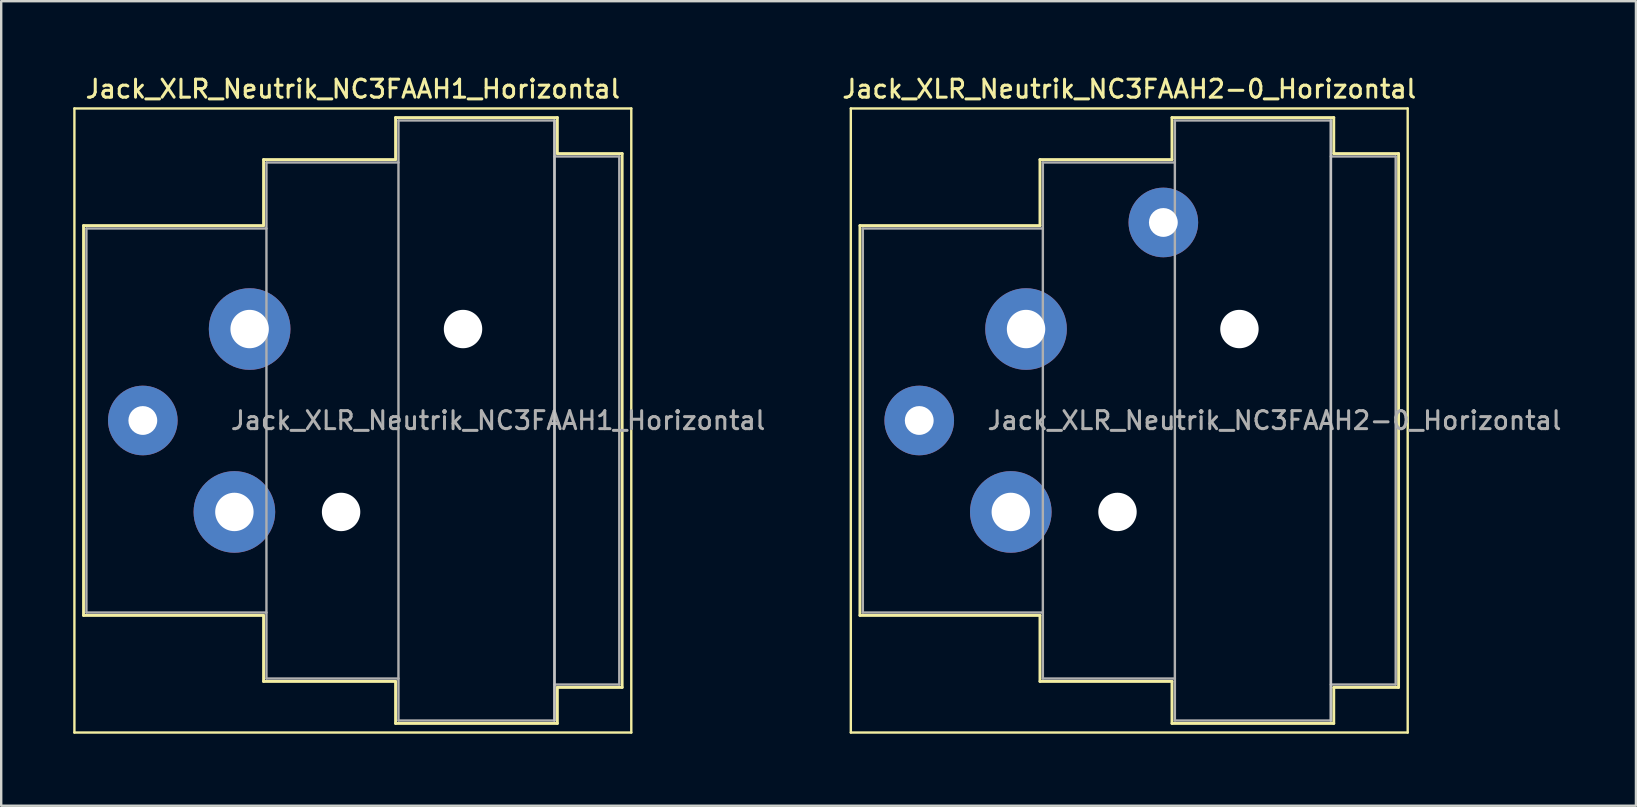
<source format=kicad_pcb>
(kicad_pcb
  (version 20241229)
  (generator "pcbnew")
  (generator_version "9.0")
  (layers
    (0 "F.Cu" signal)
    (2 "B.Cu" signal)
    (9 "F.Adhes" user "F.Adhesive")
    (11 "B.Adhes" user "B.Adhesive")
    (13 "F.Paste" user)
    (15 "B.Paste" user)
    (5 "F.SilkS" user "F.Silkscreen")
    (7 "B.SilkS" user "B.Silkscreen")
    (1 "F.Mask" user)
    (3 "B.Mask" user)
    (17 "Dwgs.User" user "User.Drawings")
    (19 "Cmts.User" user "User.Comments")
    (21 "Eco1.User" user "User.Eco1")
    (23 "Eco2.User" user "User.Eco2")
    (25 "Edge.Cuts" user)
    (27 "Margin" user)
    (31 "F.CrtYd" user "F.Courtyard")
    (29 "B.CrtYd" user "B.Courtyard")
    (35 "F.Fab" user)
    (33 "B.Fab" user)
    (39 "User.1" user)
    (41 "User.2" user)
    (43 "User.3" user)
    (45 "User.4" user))
  (footprint "Jack_XLR_Neutrik_NC3FAAH1_Horizontal"
    (layer "F.Cu")
    (at 7.35 10.658)
    (property "Reference" "Jack_XLR_Neutrik_NC3FAAH1_Horizontal" (at 4.3 -10 0) (layer "F.SilkS") (effects (font (size 0.75 0.75) (thickness 0.125))))
    (attr through_hole)
    (fp_line (start -7.3 -9.19) (end -7.3 16.81) (stroke (width 0.1) (type solid)) (layer "F.SilkS"))
    (fp_line (start -6.92 -4.31) (end -6.92 11.93) (stroke (width 0.12) (type solid)) (layer "F.SilkS"))
    (fp_line (start 0.58 -7.06) (end 0.58 -4.31) (stroke (width 0.12) (type solid)) (layer "F.SilkS"))
    (fp_line (start 0.58 -4.31) (end -6.92 -4.31) (stroke (width 0.12) (type solid)) (layer "F.SilkS"))
    (fp_line (start 0.58 11.93) (end -6.92 11.93) (stroke (width 0.12) (type solid)) (layer "F.SilkS"))
    (fp_line (start 0.58 11.93) (end 0.58 14.68) (stroke (width 0.12) (type solid)) (layer "F.SilkS"))
    (fp_line (start 6.08 -7.06) (end 0.58 -7.06) (stroke (width 0.12) (type solid)) (layer "F.SilkS"))
    (fp_line (start 6.08 -7.06) (end 6.08 -8.81) (stroke (width 0.12) (type solid)) (layer "F.SilkS"))
    (fp_line (start 6.08 14.68) (end 0.58 14.68) (stroke (width 0.12) (type solid)) (layer "F.SilkS"))
    (fp_line (start 6.08 16.43) (end 6.08 14.68) (stroke (width 0.12) (type solid)) (layer "F.SilkS"))
    (fp_line (start 12.82 -8.81) (end 6.08 -8.81) (stroke (width 0.12) (type solid)) (layer "F.SilkS"))
    (fp_line (start 12.82 -8.81) (end 12.82 -7.31) (stroke (width 0.12) (type solid)) (layer "F.SilkS"))
    (fp_line (start 12.82 -7.31) (end 15.52 -7.31) (stroke (width 0.12) (type solid)) (layer "F.SilkS"))
    (fp_line (start 12.82 14.93) (end 12.82 16.43) (stroke (width 0.12) (type solid)) (layer "F.SilkS"))
    (fp_line (start 12.82 14.93) (end 15.52 14.93) (stroke (width 0.12) (type solid)) (layer "F.SilkS"))
    (fp_line (start 12.82 16.43) (end 6.08 16.43) (stroke (width 0.12) (type solid)) (layer "F.SilkS"))
    (fp_line (start 15.52 -7.31) (end 15.52 14.93) (stroke (width 0.12) (type solid)) (layer "F.SilkS"))
    (fp_line (start 15.9 -9.19) (end -7.3 -9.19) (stroke (width 0.1) (type solid)) (layer "F.SilkS"))
    (fp_line (start 15.9 -9.19) (end 15.9 16.81) (stroke (width 0.1) (type solid)) (layer "F.SilkS"))
    (fp_line (start 15.9 16.81) (end -7.3 16.81) (stroke (width 0.1) (type solid)) (layer "F.SilkS"))
    (fp_line (start 12.7 -8.69) (end 12.7 16.31) (stroke (width 0.1) (type solid)) (layer "Dwgs.User"))
    (fp_line (start -6.8 -4.19) (end -6.8 11.81) (stroke (width 0.1) (type solid)) (layer "F.Fab"))
    (fp_line (start -6.8 11.81) (end 0.7 11.81) (stroke (width 0.1) (type solid)) (layer "F.Fab"))
    (fp_line (start 0.7 -6.94) (end 0.7 14.56) (stroke (width 0.1) (type solid)) (layer "F.Fab"))
    (fp_line (start 0.7 -4.19) (end -6.8 -4.19) (stroke (width 0.1) (type solid)) (layer "F.Fab"))
    (fp_line (start 0.7 14.56) (end 6.2 14.56) (stroke (width 0.1) (type solid)) (layer "F.Fab"))
    (fp_line (start 6.2 -8.69) (end 12.7 -8.69) (stroke (width 0.1) (type solid)) (layer "F.Fab"))
    (fp_line (start 6.2 -6.94) (end 0.7 -6.94) (stroke (width 0.1) (type solid)) (layer "F.Fab"))
    (fp_line (start 6.2 16.31) (end 6.2 -8.69) (stroke (width 0.1) (type solid)) (layer "F.Fab"))
    (fp_line (start 12.7 -8.69) (end 12.7 16.31) (stroke (width 0.1) (type solid)) (layer "F.Fab"))
    (fp_line (start 12.7 -7.19) (end 15.4 -7.19) (stroke (width 0.1) (type solid)) (layer "F.Fab"))
    (fp_line (start 12.7 16.31) (end 6.2 16.31) (stroke (width 0.1) (type solid)) (layer "F.Fab"))
    (fp_line (start 15.4 -7.19) (end 15.4 14.81) (stroke (width 0.1) (type solid)) (layer "F.Fab"))
    (fp_line (start 15.4 14.81) (end 12.7 14.81) (stroke (width 0.1) (type solid)) (layer "F.Fab"))
    (fp_text user "${REFERENCE}" (at 10.35 3.81 0) (layer "F.Fab") (effects (font (size 0.75 0.75) (thickness 0.125))))
    (pad "" np_thru_hole circle (at 3.81 7.62) (size 1.6 1.6) (drill 1.6) (layers "*.Cu" "*.Mask"))
    (pad "" np_thru_hole circle (at 8.89 0) (size 1.6 1.6) (drill 1.6) (layers "*.Cu" "*.Mask"))
    (pad "1" thru_hole circle (at 0 0) (size 3.4 3.4) (drill 1.6) (layers "*.Cu" "*.Mask"))
    (pad "2" thru_hole circle (at -0.635 7.62) (size 3.4 3.4) (drill 1.6) (layers "*.Cu" "*.Mask"))
    (pad "3" thru_hole circle (at -4.45 3.81) (size 2.9 2.9) (drill 1.2) (layers "*.Cu" "*.Mask")))
  (footprint "Jack_XLR_Neutrik_NC3FAAH2-0_Horizontal"
    (layer "F.Cu")
    (at 39.696 10.658)
    (property "Reference" "Jack_XLR_Neutrik_NC3FAAH2-0_Horizontal" (at 4.3 -10 0) (layer "F.SilkS") (effects (font (size 0.75 0.75) (thickness 0.125))))
    (attr through_hole)
    (fp_line (start -7.3 -9.19) (end -7.3 16.81) (stroke (width 0.1) (type solid)) (layer "F.SilkS"))
    (fp_line (start -6.92 -4.31) (end -6.92 11.93) (stroke (width 0.12) (type solid)) (layer "F.SilkS"))
    (fp_line (start 0.58 -7.06) (end 0.58 -4.31) (stroke (width 0.12) (type solid)) (layer "F.SilkS"))
    (fp_line (start 0.58 -4.31) (end -6.92 -4.31) (stroke (width 0.12) (type solid)) (layer "F.SilkS"))
    (fp_line (start 0.58 11.93) (end -6.92 11.93) (stroke (width 0.12) (type solid)) (layer "F.SilkS"))
    (fp_line (start 0.58 11.93) (end 0.58 14.68) (stroke (width 0.12) (type solid)) (layer "F.SilkS"))
    (fp_line (start 6.08 -7.06) (end 0.58 -7.06) (stroke (width 0.12) (type solid)) (layer "F.SilkS"))
    (fp_line (start 6.08 -7.06) (end 6.08 -8.81) (stroke (width 0.12) (type solid)) (layer "F.SilkS"))
    (fp_line (start 6.08 14.68) (end 0.58 14.68) (stroke (width 0.12) (type solid)) (layer "F.SilkS"))
    (fp_line (start 6.08 16.43) (end 6.08 14.68) (stroke (width 0.12) (type solid)) (layer "F.SilkS"))
    (fp_line (start 12.82 -8.81) (end 6.08 -8.81) (stroke (width 0.12) (type solid)) (layer "F.SilkS"))
    (fp_line (start 12.82 -8.81) (end 12.82 -7.31) (stroke (width 0.12) (type solid)) (layer "F.SilkS"))
    (fp_line (start 12.82 -7.31) (end 15.52 -7.31) (stroke (width 0.12) (type solid)) (layer "F.SilkS"))
    (fp_line (start 12.82 14.93) (end 12.82 16.43) (stroke (width 0.12) (type solid)) (layer "F.SilkS"))
    (fp_line (start 12.82 14.93) (end 15.52 14.93) (stroke (width 0.12) (type solid)) (layer "F.SilkS"))
    (fp_line (start 12.82 16.43) (end 6.08 16.43) (stroke (width 0.12) (type solid)) (layer "F.SilkS"))
    (fp_line (start 15.52 -7.31) (end 15.52 14.93) (stroke (width 0.12) (type solid)) (layer "F.SilkS"))
    (fp_line (start 15.9 -9.19) (end -7.3 -9.19) (stroke (width 0.1) (type solid)) (layer "F.SilkS"))
    (fp_line (start 15.9 -9.19) (end 15.9 16.81) (stroke (width 0.1) (type solid)) (layer "F.SilkS"))
    (fp_line (start 15.9 16.81) (end -7.3 16.81) (stroke (width 0.1) (type solid)) (layer "F.SilkS"))
    (fp_line (start 12.7 -8.69) (end 12.7 16.31) (stroke (width 0.1) (type solid)) (layer "Dwgs.User"))
    (fp_line (start -6.8 -4.19) (end -6.8 11.81) (stroke (width 0.1) (type solid)) (layer "F.Fab"))
    (fp_line (start -6.8 11.81) (end 0.7 11.81) (stroke (width 0.1) (type solid)) (layer "F.Fab"))
    (fp_line (start 0.7 -6.94) (end 0.7 14.56) (stroke (width 0.1) (type solid)) (layer "F.Fab"))
    (fp_line (start 0.7 -4.19) (end -6.8 -4.19) (stroke (width 0.1) (type solid)) (layer "F.Fab"))
    (fp_line (start 0.7 14.56) (end 6.2 14.56) (stroke (width 0.1) (type solid)) (layer "F.Fab"))
    (fp_line (start 6.2 -8.69) (end 12.7 -8.69) (stroke (width 0.1) (type solid)) (layer "F.Fab"))
    (fp_line (start 6.2 -6.94) (end 0.7 -6.94) (stroke (width 0.1) (type solid)) (layer "F.Fab"))
    (fp_line (start 6.2 16.31) (end 6.2 -8.69) (stroke (width 0.1) (type solid)) (layer "F.Fab"))
    (fp_line (start 12.7 -8.69) (end 12.7 16.31) (stroke (width 0.1) (type solid)) (layer "F.Fab"))
    (fp_line (start 12.7 -7.19) (end 15.4 -7.19) (stroke (width 0.1) (type solid)) (layer "F.Fab"))
    (fp_line (start 12.7 16.31) (end 6.2 16.31) (stroke (width 0.1) (type solid)) (layer "F.Fab"))
    (fp_line (start 15.4 -7.19) (end 15.4 14.81) (stroke (width 0.1) (type solid)) (layer "F.Fab"))
    (fp_line (start 15.4 14.81) (end 12.7 14.81) (stroke (width 0.1) (type solid)) (layer "F.Fab"))
    (fp_text user "${REFERENCE}" (at 10.35 3.81 0) (layer "F.Fab") (effects (font (size 0.75 0.75) (thickness 0.125))))
    (pad "" np_thru_hole circle (at 3.81 7.62) (size 1.6 1.6) (drill 1.6) (layers "*.Cu" "*.Mask"))
    (pad "" np_thru_hole circle (at 8.89 0) (size 1.6 1.6) (drill 1.6) (layers "*.Cu" "*.Mask"))
    (pad "1" thru_hole circle (at 0 0) (size 3.4 3.4) (drill 1.6) (layers "*.Cu" "*.Mask"))
    (pad "2" thru_hole circle (at -0.635 7.62) (size 3.4 3.4) (drill 1.6) (layers "*.Cu" "*.Mask"))
    (pad "3" thru_hole circle (at -4.45 3.81) (size 2.9 2.9) (drill 1.2) (layers "*.Cu" "*.Mask"))
    (pad "G" thru_hole circle (at 5.72 -4.44) (size 2.9 2.9) (drill 1.2) (layers "*.Cu" "*.Mask")))
  (gr_rect
    (start -3 -3)
    (end 65.105 30.518)
    (stroke (width 0.1) (type default))
    (fill no)
    (layer "Edge.Cuts")))
</source>
